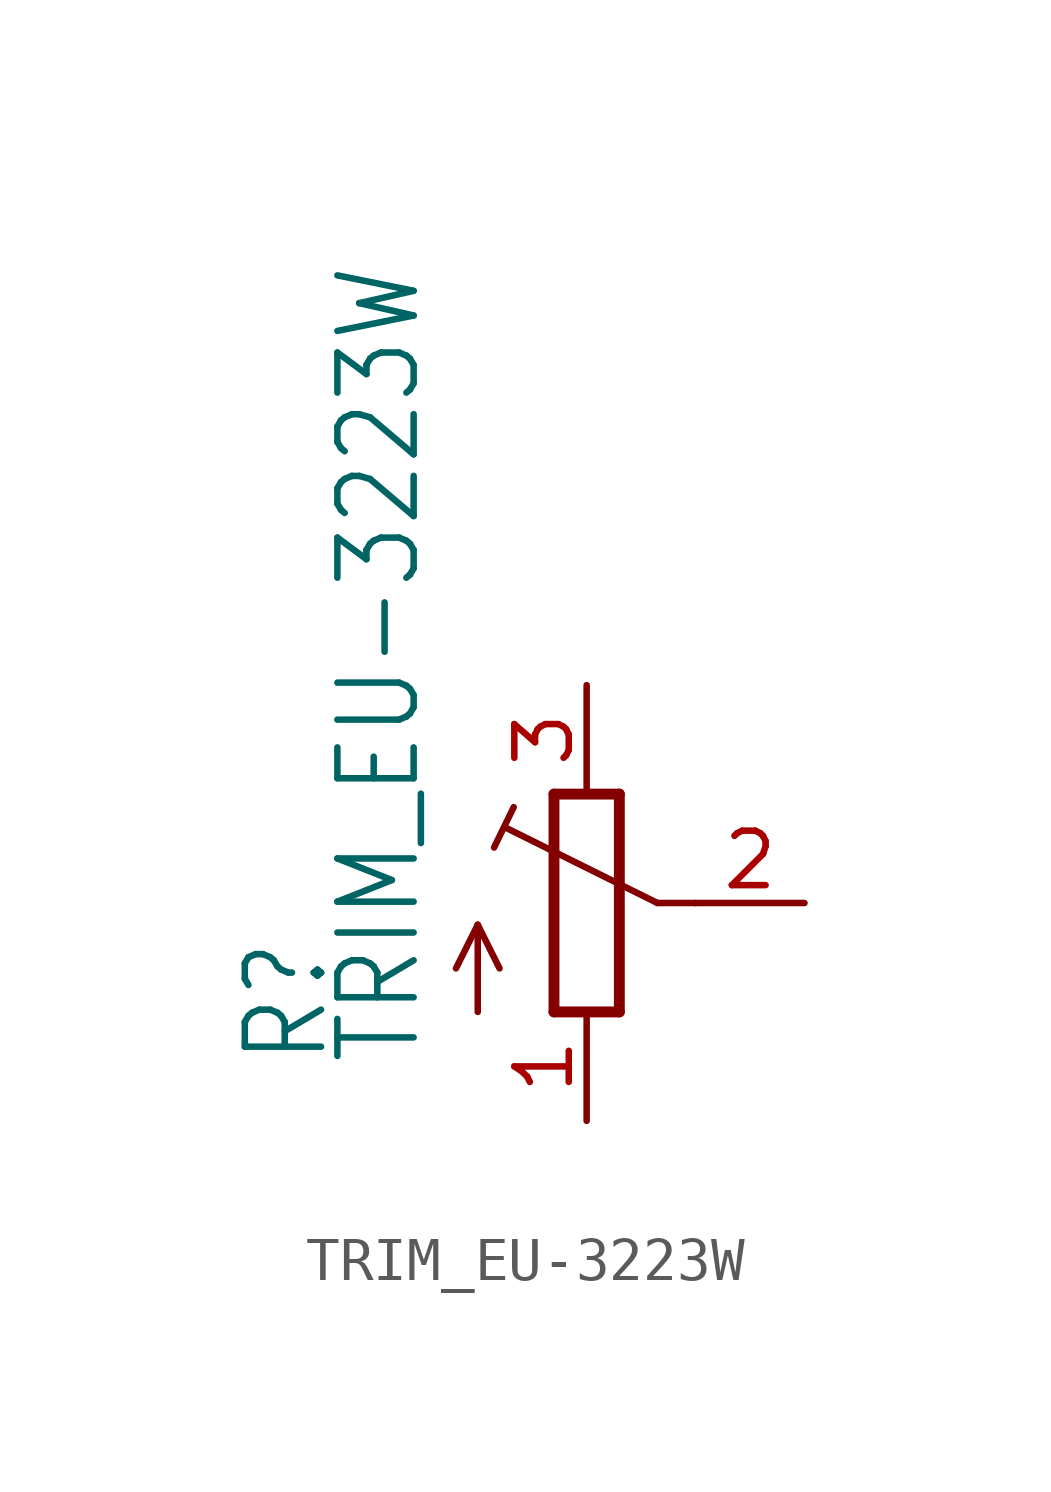
<source format=kicad_sym>
(kicad_symbol_lib
  (version 20211014)
  (generator kicad_symbol_editor)
  (symbol "TRIM_EU-3223W"
    (property "Reference" "R"
      (at -5.969 -3.81 90)
      (effects (font (size 1.778 1.511)) (justify left bottom)))
    (property "Value" "TRIM_EU-3223W"
      (at -3.81 -3.81 90)
      (effects (font (size 1.778 1.511)) (justify left bottom)))
    (property "ki_locked" ""
      (at 0 0 0)
      (effects (font (size 1.27 1.27))))
    (symbol "TRIM_EU-3223W_1_0"
      (polyline (pts (xy -2.54 -2.54) (xy -2.54 -0.508)) (stroke (width 0.152) (type default) (color 0 0 0 0)) (fill (type none)))
      (polyline (pts (xy -2.54 -0.508) (xy -3.048 -1.524)) (stroke (width 0.152) (type default) (color 0 0 0 0)) (fill (type none)))
      (polyline (pts (xy -2.54 -0.508) (xy -2.032 -1.524)) (stroke (width 0.152) (type default) (color 0 0 0 0)) (fill (type none)))
      (polyline (pts (xy -2.16 1.294) (xy -1.702 2.235)) (stroke (width 0.152) (type default) (color 0 0 0 0)) (fill (type none)))
      (polyline (pts (xy -0.762 -2.54) (xy 0.762 -2.54)) (stroke (width 0.254) (type default) (color 0 0 0 0)) (fill (type none)))
      (polyline (pts (xy -0.762 2.54) (xy -0.762 -2.54)) (stroke (width 0.254) (type default) (color 0 0 0 0)) (fill (type none)))
      (polyline (pts (xy 0.762 -2.54) (xy 0.762 2.54)) (stroke (width 0.254) (type default) (color 0 0 0 0)) (fill (type none)))
      (polyline (pts (xy 0.762 2.54) (xy -0.762 2.54)) (stroke (width 0.254) (type default) (color 0 0 0 0)) (fill (type none)))
      (polyline (pts (xy 1.651 0) (xy -1.88 1.753)) (stroke (width 0.152) (type default) (color 0 0 0 0)) (fill (type none)))
      (polyline (pts (xy 2.54 0) (xy 1.651 0)) (stroke (width 0.152) (type default) (color 0 0 0 0)) (fill (type none)))
      (pin passive line (at 0 -5.08 90) (length 2.54) (name "A" (effects (font (size 0 0)))) (number "1" (effects (font (size 1.27 1.27)))))
      (pin passive line (at 5.08 0 180) (length 2.54) (name "S" (effects (font (size 0 0)))) (number "2" (effects (font (size 1.27 1.27)))))
      (pin passive line (at 0 5.08 270) (length 2.54) (name "E" (effects (font (size 0 0)))) (number "3" (effects (font (size 1.27 1.27))))))))
</source>
